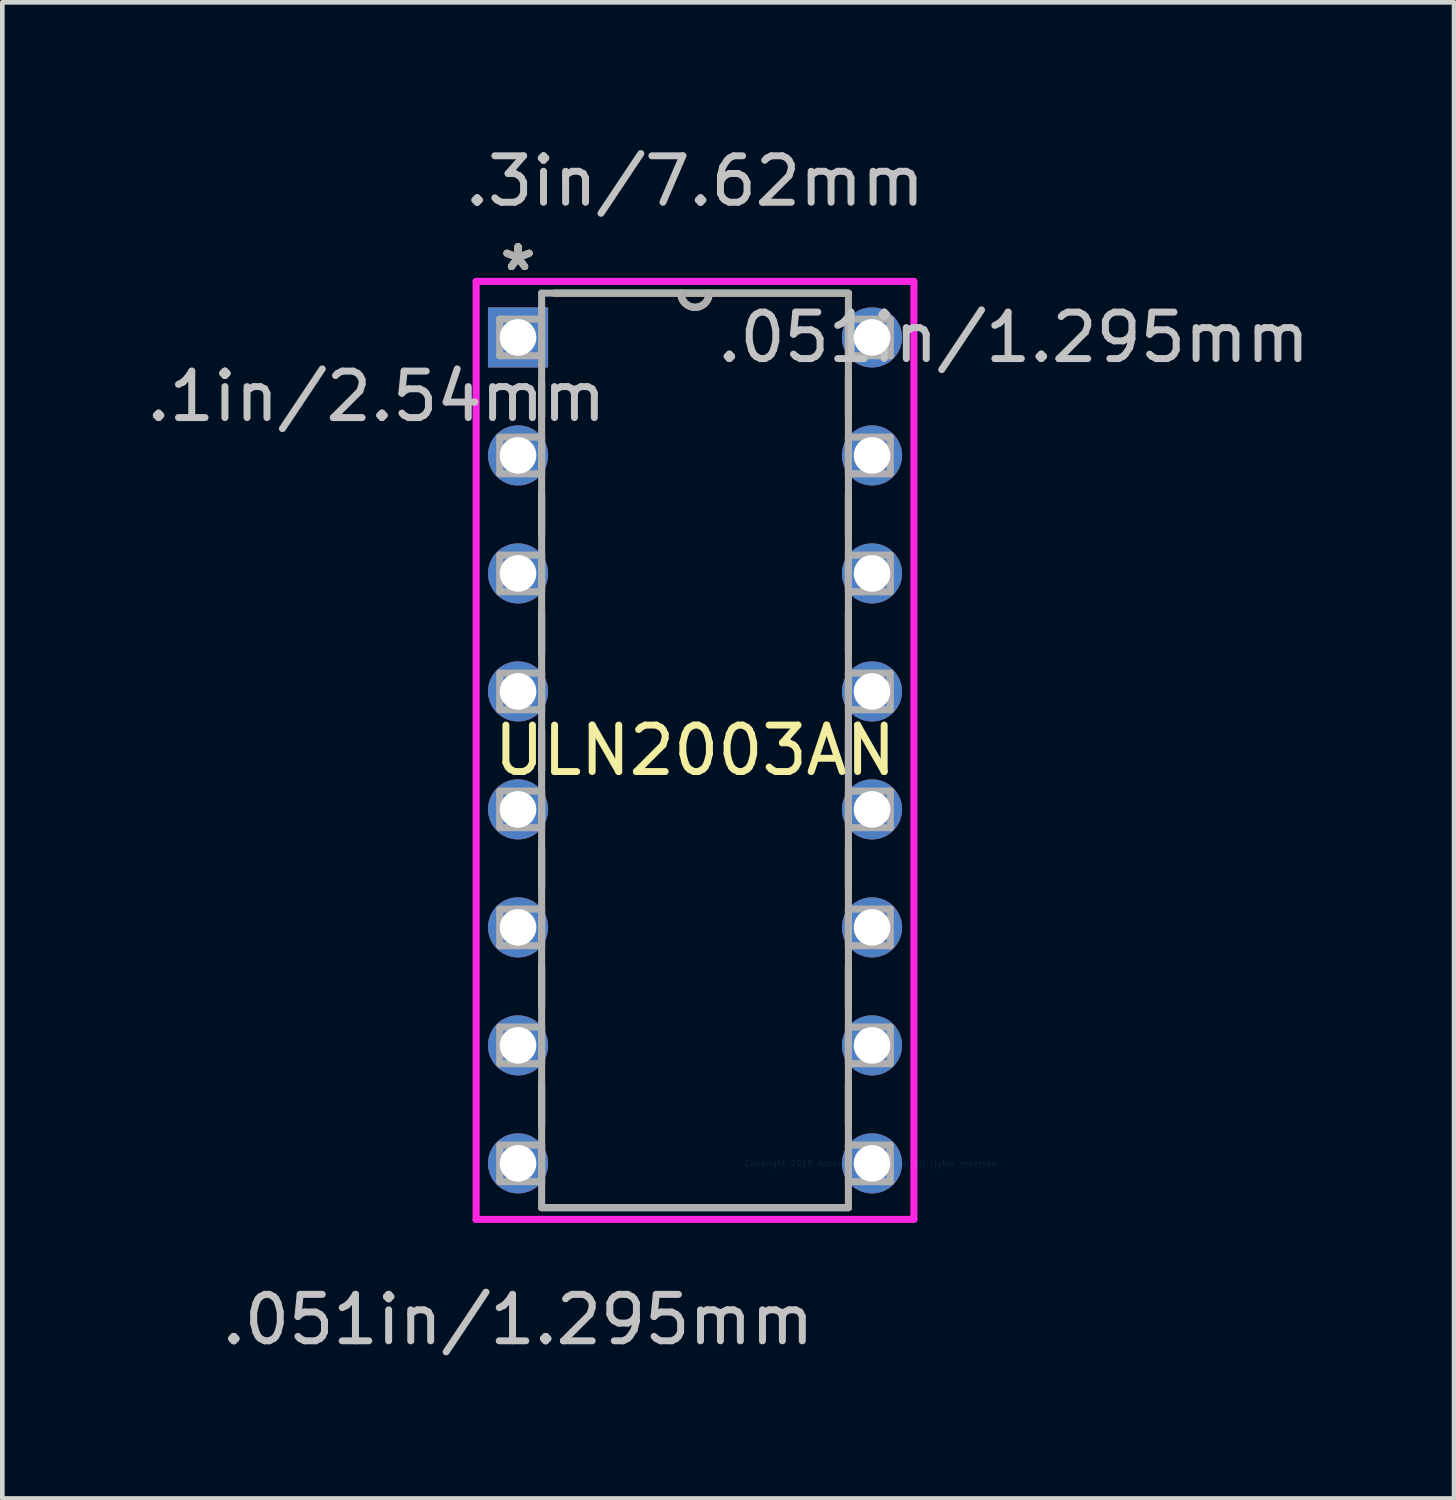
<source format=kicad_pcb>
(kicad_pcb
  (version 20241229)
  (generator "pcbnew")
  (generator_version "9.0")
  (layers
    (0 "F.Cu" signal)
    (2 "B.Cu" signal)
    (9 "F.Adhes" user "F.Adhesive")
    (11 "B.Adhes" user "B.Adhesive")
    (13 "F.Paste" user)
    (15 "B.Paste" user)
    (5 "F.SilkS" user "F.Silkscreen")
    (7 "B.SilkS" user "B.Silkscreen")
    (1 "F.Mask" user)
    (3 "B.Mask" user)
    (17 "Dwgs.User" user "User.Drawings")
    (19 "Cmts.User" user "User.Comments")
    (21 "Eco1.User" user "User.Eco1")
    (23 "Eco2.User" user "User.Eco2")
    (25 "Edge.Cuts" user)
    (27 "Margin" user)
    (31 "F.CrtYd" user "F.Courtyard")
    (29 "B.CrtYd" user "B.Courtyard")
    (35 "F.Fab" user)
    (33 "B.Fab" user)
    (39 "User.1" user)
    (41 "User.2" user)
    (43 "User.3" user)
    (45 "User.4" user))
  (footprint "ULN2003AN"
    (layer "F.Cu")
    (at 15.722 21.994)
    (property "Reference" "ULN2003AN" (at -3.81 -8.89 0) (layer "F.SilkS") (effects (font (size 1 1) (thickness 0.15))))
    (attr through_hole)
    (fp_line (start -7.112 -16.8) (end -7.112 -16.079) (stroke (width 0.152) (type solid)) (layer "F.SilkS"))
    (fp_line (start -7.112 -14.401) (end -7.112 -13.539) (stroke (width 0.152) (type solid)) (layer "F.SilkS"))
    (fp_line (start -7.112 -11.861) (end -7.112 -10.999) (stroke (width 0.152) (type solid)) (layer "F.SilkS"))
    (fp_line (start -7.112 -9.321) (end -7.112 -8.459) (stroke (width 0.152) (type solid)) (layer "F.SilkS"))
    (fp_line (start -7.112 -6.781) (end -7.112 -5.919) (stroke (width 0.152) (type solid)) (layer "F.SilkS"))
    (fp_line (start -7.112 -4.241) (end -7.112 -3.379) (stroke (width 0.152) (type solid)) (layer "F.SilkS"))
    (fp_line (start -7.112 -1.701) (end -7.112 -0.839) (stroke (width 0.152) (type solid)) (layer "F.SilkS"))
    (fp_line (start -7.112 0.953) (end -0.508 0.953) (stroke (width 0.152) (type solid)) (layer "F.SilkS"))
    (fp_line (start -0.508 -18.733) (end -6.839 -18.733) (stroke (width 0.152) (type solid)) (layer "F.SilkS"))
    (fp_line (start -0.508 -16.079) (end -0.508 -16.941) (stroke (width 0.152) (type solid)) (layer "F.SilkS"))
    (fp_line (start -0.508 -13.539) (end -0.508 -14.401) (stroke (width 0.152) (type solid)) (layer "F.SilkS"))
    (fp_line (start -0.508 -10.999) (end -0.508 -11.861) (stroke (width 0.152) (type solid)) (layer "F.SilkS"))
    (fp_line (start -0.508 -8.459) (end -0.508 -9.321) (stroke (width 0.152) (type solid)) (layer "F.SilkS"))
    (fp_line (start -0.508 -5.919) (end -0.508 -6.781) (stroke (width 0.152) (type solid)) (layer "F.SilkS"))
    (fp_line (start -0.508 -3.379) (end -0.508 -4.241) (stroke (width 0.152) (type solid)) (layer "F.SilkS"))
    (fp_line (start -0.508 -0.839) (end -0.508 -1.701) (stroke (width 0.152) (type solid)) (layer "F.SilkS"))
    (fp_arc (start -3.5052 -18.7325) (mid -3.81 -18.4277) (end -4.1148 -18.7325) (stroke (width 0.1524) (type solid)) (layer "F.SilkS"))
    (fp_line (start -8.522 -18.986) (end 0.902 -18.986) (stroke (width 0.152) (type solid)) (layer "F.CrtYd"))
    (fp_line (start -8.522 1.206) (end -8.522 -18.986) (stroke (width 0.152) (type solid)) (layer "F.CrtYd"))
    (fp_line (start 0.902 -18.986) (end 0.902 1.206) (stroke (width 0.152) (type solid)) (layer "F.CrtYd"))
    (fp_line (start 0.902 1.206) (end -8.522 1.206) (stroke (width 0.152) (type solid)) (layer "F.CrtYd"))
    (fp_line (start -8.014 -18.174) (end -8.014 -17.386) (stroke (width 0.152) (type solid)) (layer "F.Fab"))
    (fp_line (start -8.014 -17.386) (end -7.112 -17.386) (stroke (width 0.152) (type solid)) (layer "F.Fab"))
    (fp_line (start -8.014 -15.634) (end -8.014 -14.846) (stroke (width 0.152) (type solid)) (layer "F.Fab"))
    (fp_line (start -8.014 -14.846) (end -7.112 -14.846) (stroke (width 0.152) (type solid)) (layer "F.Fab"))
    (fp_line (start -8.014 -13.094) (end -8.014 -12.306) (stroke (width 0.152) (type solid)) (layer "F.Fab"))
    (fp_line (start -8.014 -12.306) (end -7.112 -12.306) (stroke (width 0.152) (type solid)) (layer "F.Fab"))
    (fp_line (start -8.014 -10.554) (end -8.014 -9.766) (stroke (width 0.152) (type solid)) (layer "F.Fab"))
    (fp_line (start -8.014 -9.766) (end -7.112 -9.766) (stroke (width 0.152) (type solid)) (layer "F.Fab"))
    (fp_line (start -8.014 -8.014) (end -8.014 -7.226) (stroke (width 0.152) (type solid)) (layer "F.Fab"))
    (fp_line (start -8.014 -7.226) (end -7.112 -7.226) (stroke (width 0.152) (type solid)) (layer "F.Fab"))
    (fp_line (start -8.014 -5.474) (end -8.014 -4.686) (stroke (width 0.152) (type solid)) (layer "F.Fab"))
    (fp_line (start -8.014 -4.686) (end -7.112 -4.686) (stroke (width 0.152) (type solid)) (layer "F.Fab"))
    (fp_line (start -8.014 -2.934) (end -8.014 -2.146) (stroke (width 0.152) (type solid)) (layer "F.Fab"))
    (fp_line (start -8.014 -2.146) (end -7.112 -2.146) (stroke (width 0.152) (type solid)) (layer "F.Fab"))
    (fp_line (start -8.014 -0.394) (end -8.014 0.394) (stroke (width 0.152) (type solid)) (layer "F.Fab"))
    (fp_line (start -8.014 0.394) (end -7.112 0.394) (stroke (width 0.152) (type solid)) (layer "F.Fab"))
    (fp_line (start -7.112 -18.733) (end -7.112 0.953) (stroke (width 0.152) (type solid)) (layer "F.Fab"))
    (fp_line (start -7.112 -18.174) (end -8.014 -18.174) (stroke (width 0.152) (type solid)) (layer "F.Fab"))
    (fp_line (start -7.112 -17.386) (end -7.112 -18.174) (stroke (width 0.152) (type solid)) (layer "F.Fab"))
    (fp_line (start -7.112 -15.634) (end -8.014 -15.634) (stroke (width 0.152) (type solid)) (layer "F.Fab"))
    (fp_line (start -7.112 -14.846) (end -7.112 -15.634) (stroke (width 0.152) (type solid)) (layer "F.Fab"))
    (fp_line (start -7.112 -13.094) (end -8.014 -13.094) (stroke (width 0.152) (type solid)) (layer "F.Fab"))
    (fp_line (start -7.112 -12.306) (end -7.112 -13.094) (stroke (width 0.152) (type solid)) (layer "F.Fab"))
    (fp_line (start -7.112 -10.554) (end -8.014 -10.554) (stroke (width 0.152) (type solid)) (layer "F.Fab"))
    (fp_line (start -7.112 -9.766) (end -7.112 -10.554) (stroke (width 0.152) (type solid)) (layer "F.Fab"))
    (fp_line (start -7.112 -8.014) (end -8.014 -8.014) (stroke (width 0.152) (type solid)) (layer "F.Fab"))
    (fp_line (start -7.112 -7.226) (end -7.112 -8.014) (stroke (width 0.152) (type solid)) (layer "F.Fab"))
    (fp_line (start -7.112 -5.474) (end -8.014 -5.474) (stroke (width 0.152) (type solid)) (layer "F.Fab"))
    (fp_line (start -7.112 -4.686) (end -7.112 -5.474) (stroke (width 0.152) (type solid)) (layer "F.Fab"))
    (fp_line (start -7.112 -2.934) (end -8.014 -2.934) (stroke (width 0.152) (type solid)) (layer "F.Fab"))
    (fp_line (start -7.112 -2.146) (end -7.112 -2.934) (stroke (width 0.152) (type solid)) (layer "F.Fab"))
    (fp_line (start -7.112 -0.394) (end -8.014 -0.394) (stroke (width 0.152) (type solid)) (layer "F.Fab"))
    (fp_line (start -7.112 0.394) (end -7.112 -0.394) (stroke (width 0.152) (type solid)) (layer "F.Fab"))
    (fp_line (start -7.112 0.953) (end -0.508 0.953) (stroke (width 0.152) (type solid)) (layer "F.Fab"))
    (fp_line (start -0.508 -18.733) (end -7.112 -18.733) (stroke (width 0.152) (type solid)) (layer "F.Fab"))
    (fp_line (start -0.508 -18.174) (end -0.508 -17.386) (stroke (width 0.152) (type solid)) (layer "F.Fab"))
    (fp_line (start -0.508 -17.386) (end 0.394 -17.386) (stroke (width 0.152) (type solid)) (layer "F.Fab"))
    (fp_line (start -0.508 -15.634) (end -0.508 -14.846) (stroke (width 0.152) (type solid)) (layer "F.Fab"))
    (fp_line (start -0.508 -14.846) (end 0.394 -14.846) (stroke (width 0.152) (type solid)) (layer "F.Fab"))
    (fp_line (start -0.508 -13.094) (end -0.508 -12.306) (stroke (width 0.152) (type solid)) (layer "F.Fab"))
    (fp_line (start -0.508 -12.306) (end 0.394 -12.306) (stroke (width 0.152) (type solid)) (layer "F.Fab"))
    (fp_line (start -0.508 -10.554) (end -0.508 -9.766) (stroke (width 0.152) (type solid)) (layer "F.Fab"))
    (fp_line (start -0.508 -9.766) (end 0.394 -9.766) (stroke (width 0.152) (type solid)) (layer "F.Fab"))
    (fp_line (start -0.508 -8.014) (end -0.508 -7.226) (stroke (width 0.152) (type solid)) (layer "F.Fab"))
    (fp_line (start -0.508 -7.226) (end 0.394 -7.226) (stroke (width 0.152) (type solid)) (layer "F.Fab"))
    (fp_line (start -0.508 -5.474) (end -0.508 -4.686) (stroke (width 0.152) (type solid)) (layer "F.Fab"))
    (fp_line (start -0.508 -4.686) (end 0.394 -4.686) (stroke (width 0.152) (type solid)) (layer "F.Fab"))
    (fp_line (start -0.508 -2.934) (end -0.508 -2.146) (stroke (width 0.152) (type solid)) (layer "F.Fab"))
    (fp_line (start -0.508 -2.146) (end 0.394 -2.146) (stroke (width 0.152) (type solid)) (layer "F.Fab"))
    (fp_line (start -0.508 -0.394) (end -0.508 0.394) (stroke (width 0.152) (type solid)) (layer "F.Fab"))
    (fp_line (start -0.508 0.394) (end 0.394 0.394) (stroke (width 0.152) (type solid)) (layer "F.Fab"))
    (fp_line (start -0.508 0.953) (end -0.508 -18.733) (stroke (width 0.152) (type solid)) (layer "F.Fab"))
    (fp_line (start 0.394 -18.174) (end -0.508 -18.174) (stroke (width 0.152) (type solid)) (layer "F.Fab"))
    (fp_line (start 0.394 -17.386) (end 0.394 -18.174) (stroke (width 0.152) (type solid)) (layer "F.Fab"))
    (fp_line (start 0.394 -15.634) (end -0.508 -15.634) (stroke (width 0.152) (type solid)) (layer "F.Fab"))
    (fp_line (start 0.394 -14.846) (end 0.394 -15.634) (stroke (width 0.152) (type solid)) (layer "F.Fab"))
    (fp_line (start 0.394 -13.094) (end -0.508 -13.094) (stroke (width 0.152) (type solid)) (layer "F.Fab"))
    (fp_line (start 0.394 -12.306) (end 0.394 -13.094) (stroke (width 0.152) (type solid)) (layer "F.Fab"))
    (fp_line (start 0.394 -10.554) (end -0.508 -10.554) (stroke (width 0.152) (type solid)) (layer "F.Fab"))
    (fp_line (start 0.394 -9.766) (end 0.394 -10.554) (stroke (width 0.152) (type solid)) (layer "F.Fab"))
    (fp_line (start 0.394 -8.014) (end -0.508 -8.014) (stroke (width 0.152) (type solid)) (layer "F.Fab"))
    (fp_line (start 0.394 -7.226) (end 0.394 -8.014) (stroke (width 0.152) (type solid)) (layer "F.Fab"))
    (fp_line (start 0.394 -5.474) (end -0.508 -5.474) (stroke (width 0.152) (type solid)) (layer "F.Fab"))
    (fp_line (start 0.394 -4.686) (end 0.394 -5.474) (stroke (width 0.152) (type solid)) (layer "F.Fab"))
    (fp_line (start 0.394 -2.934) (end -0.508 -2.934) (stroke (width 0.152) (type solid)) (layer "F.Fab"))
    (fp_line (start 0.394 -2.146) (end 0.394 -2.934) (stroke (width 0.152) (type solid)) (layer "F.Fab"))
    (fp_line (start 0.394 -0.394) (end -0.508 -0.394) (stroke (width 0.152) (type solid)) (layer "F.Fab"))
    (fp_line (start 0.394 0.394) (end 0.394 -0.394) (stroke (width 0.152) (type solid)) (layer "F.Fab"))
    (fp_arc (start -3.5052 -18.7325) (mid -3.81 -18.4277) (end -4.1148 -18.7325) (stroke (width 0.1524) (type solid)) (layer "F.Fab"))
    (fp_text user "*" (at -7.62 -19.19 0) (layer "F.SilkS") (effects (font (size 1 1) (thickness 0.15))))
    (fp_text user "*" (at -7.62 -19.19 0) (layer "F.SilkS") (effects (font (size 1 1) (thickness 0.15))))
    (fp_text user ".051in/1.295mm" (at -7.62 3.365 0) (layer "Dwgs.User") (effects (font (size 1 1) (thickness 0.15))))
    (fp_text user ".1in/2.54mm" (at -10.668 -16.51 0) (layer "Dwgs.User") (effects (font (size 1 1) (thickness 0.15))))
    (fp_text user ".3in/7.62mm" (at -3.81 -21.145 0) (layer "Dwgs.User") (effects (font (size 1 1) (thickness 0.15))))
    (fp_text user ".051in/1.295mm" (at 3.048 -17.78 0) (layer "Dwgs.User") (effects (font (size 1 1) (thickness 0.15))))
    (fp_text user "Copyright 2016 Accelerated Designs. All rights reserved." (at 0 0 0) (layer "Cmts.User") (effects (font (size 0.127 0.127) (thickness 0.002))))
    (fp_text user "*" (at -7.62 -19.19 0) (layer "F.Fab") (effects (font (size 1 1) (thickness 0.15))))
    (fp_text user "*" (at -7.62 -19.19 0) (layer "F.Fab") (effects (font (size 1 1) (thickness 0.15))))
    (pad "1" thru_hole rect (at -7.62 -17.78) (size 1.295 1.295) (drill 0.787) (layers "*.Cu" "*.Mask"))
    (pad "2" thru_hole circle (at -7.62 -15.24) (size 1.295 1.295) (drill 0.787) (layers "*.Cu" "*.Mask"))
    (pad "3" thru_hole circle (at -7.62 -12.7) (size 1.295 1.295) (drill 0.787) (layers "*.Cu" "*.Mask"))
    (pad "4" thru_hole circle (at -7.62 -10.16) (size 1.295 1.295) (drill 0.787) (layers "*.Cu" "*.Mask"))
    (pad "5" thru_hole circle (at -7.62 -7.62) (size 1.295 1.295) (drill 0.787) (layers "*.Cu" "*.Mask"))
    (pad "6" thru_hole circle (at -7.62 -5.08) (size 1.295 1.295) (drill 0.787) (layers "*.Cu" "*.Mask"))
    (pad "7" thru_hole circle (at -7.62 -2.54) (size 1.295 1.295) (drill 0.787) (layers "*.Cu" "*.Mask"))
    (pad "8" thru_hole circle (at -7.62 0) (size 1.295 1.295) (drill 0.787) (layers "*.Cu" "*.Mask"))
    (pad "9" thru_hole circle (at 0 0) (size 1.295 1.295) (drill 0.787) (layers "*.Cu" "*.Mask"))
    (pad "10" thru_hole circle (at 0 -2.54) (size 1.295 1.295) (drill 0.787) (layers "*.Cu" "*.Mask"))
    (pad "11" thru_hole circle (at 0 -5.08) (size 1.295 1.295) (drill 0.787) (layers "*.Cu" "*.Mask"))
    (pad "12" thru_hole circle (at 0 -7.62) (size 1.295 1.295) (drill 0.787) (layers "*.Cu" "*.Mask"))
    (pad "13" thru_hole circle (at 0 -10.16) (size 1.295 1.295) (drill 0.787) (layers "*.Cu" "*.Mask"))
    (pad "14" thru_hole circle (at 0 -12.7) (size 1.295 1.295) (drill 0.787) (layers "*.Cu" "*.Mask"))
    (pad "15" thru_hole circle (at 0 -15.24) (size 1.295 1.295) (drill 0.787) (layers "*.Cu" "*.Mask"))
    (pad "16" thru_hole circle (at 0 -17.78) (size 1.295 1.295) (drill 0.787) (layers "*.Cu" "*.Mask")))
  (gr_rect
    (start -3 -3)
    (end 28.252 29.207)
    (stroke (width 0.1) (type default))
    (fill no)
    (layer "Edge.Cuts")))
</source>
